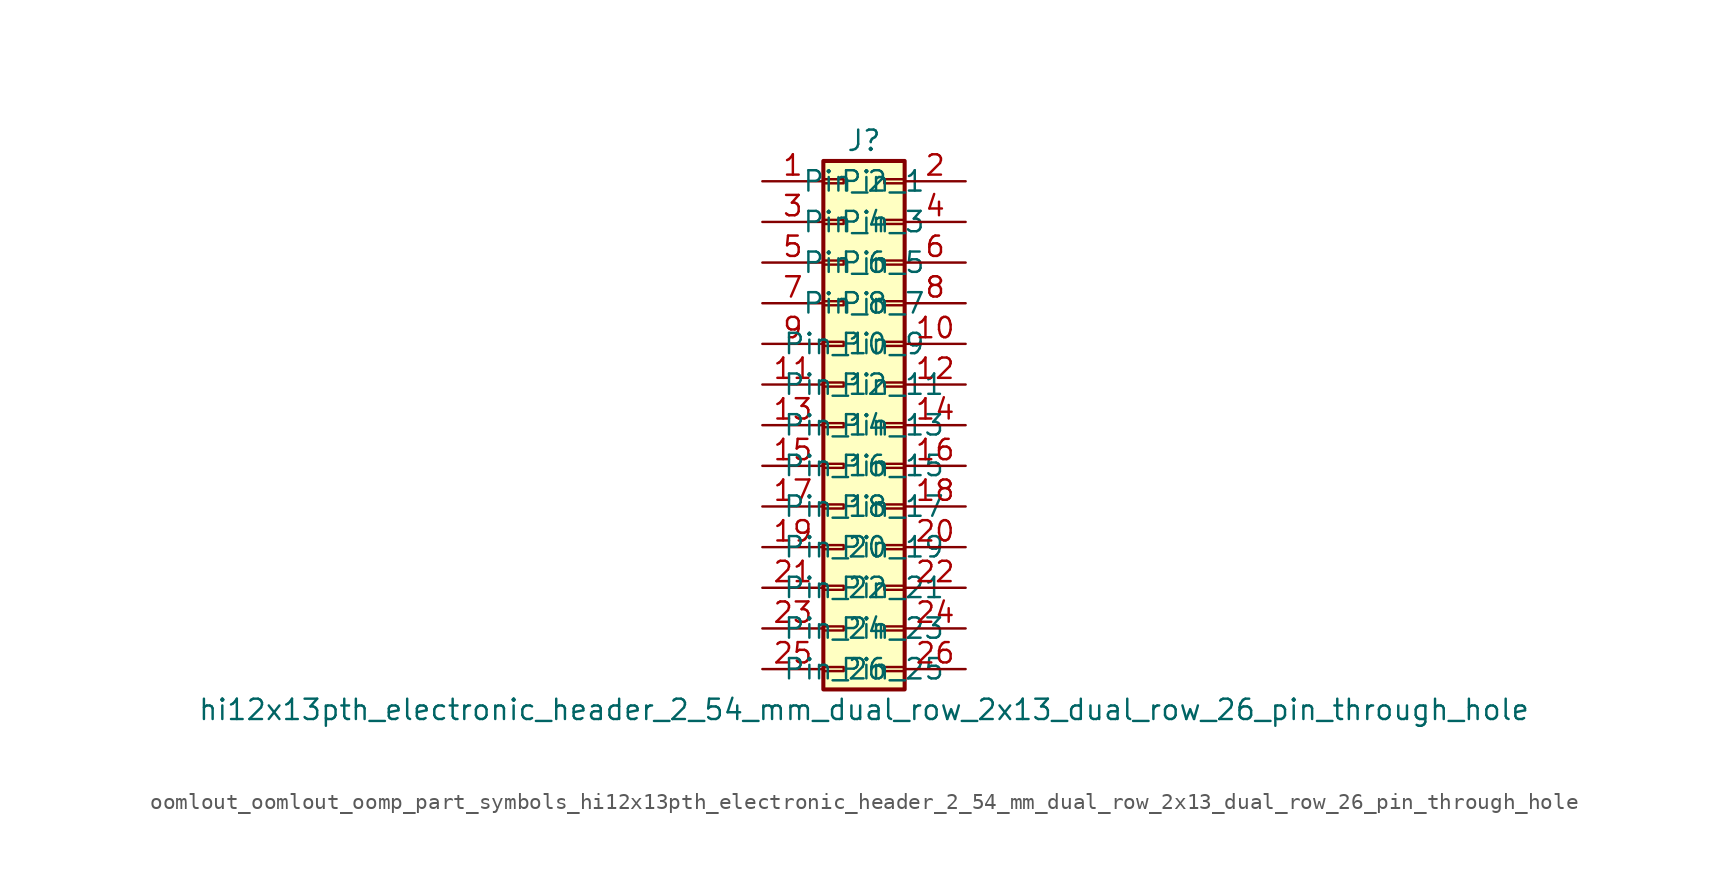
<source format=kicad_sym>
(kicad_symbol_lib
  (version 20220914)
  (generator kicad_symbol_editor)
  (symbol "oomlout_oomlout_oomp_part_symbols_hi12x13pth_electronic_header_2_54_mm_dual_row_2x13_dual_row_26_pin_through_hole"
    (pin_names
      (offset 1.016))
    (property "Reference" "J"
      (at 1.27 17.78 0)
      (effects (font (size 1.27 1.27))))
    (property "Value" "hi12x13pth_electronic_header_2_54_mm_dual_row_2x13_dual_row_26_pin_through_hole"
      (at 1.27 -17.78 0)
      (effects (font (size 1.27 1.27))))
    (symbol "oomlout_oomlout_oomp_part_symbols_hi12x13pth_electronic_header_2_54_mm_dual_row_2x13_dual_row_26_pin_through_hole_1_1"
      (rectangle (start -1.27 -15.113) (end 0 -15.367) (stroke (width 0.152) (type default)) (fill (type none)))
      (rectangle (start -1.27 -12.573) (end 0 -12.827) (stroke (width 0.152) (type default)) (fill (type none)))
      (rectangle (start -1.27 -10.033) (end 0 -10.287) (stroke (width 0.152) (type default)) (fill (type none)))
      (rectangle (start -1.27 -7.493) (end 0 -7.747) (stroke (width 0.152) (type default)) (fill (type none)))
      (rectangle (start -1.27 -4.953) (end 0 -5.207) (stroke (width 0.152) (type default)) (fill (type none)))
      (rectangle (start -1.27 -2.413) (end 0 -2.667) (stroke (width 0.152) (type default)) (fill (type none)))
      (rectangle (start -1.27 0.127) (end 0 -0.127) (stroke (width 0.152) (type default)) (fill (type none)))
      (rectangle (start -1.27 2.667) (end 0 2.413) (stroke (width 0.152) (type default)) (fill (type none)))
      (rectangle (start -1.27 5.207) (end 0 4.953) (stroke (width 0.152) (type default)) (fill (type none)))
      (rectangle (start -1.27 7.747) (end 0 7.493) (stroke (width 0.152) (type default)) (fill (type none)))
      (rectangle (start -1.27 10.287) (end 0 10.033) (stroke (width 0.152) (type default)) (fill (type none)))
      (rectangle (start -1.27 12.827) (end 0 12.573) (stroke (width 0.152) (type default)) (fill (type none)))
      (rectangle (start -1.27 15.367) (end 0 15.113) (stroke (width 0.152) (type default)) (fill (type none)))
      (rectangle (start -1.27 16.51) (end 3.81 -16.51) (stroke (width 0.254) (type default)) (fill (type background)))
      (rectangle (start 3.81 -15.113) (end 2.54 -15.367) (stroke (width 0.152) (type default)) (fill (type none)))
      (rectangle (start 3.81 -12.573) (end 2.54 -12.827) (stroke (width 0.152) (type default)) (fill (type none)))
      (rectangle (start 3.81 -10.033) (end 2.54 -10.287) (stroke (width 0.152) (type default)) (fill (type none)))
      (rectangle (start 3.81 -7.493) (end 2.54 -7.747) (stroke (width 0.152) (type default)) (fill (type none)))
      (rectangle (start 3.81 -4.953) (end 2.54 -5.207) (stroke (width 0.152) (type default)) (fill (type none)))
      (rectangle (start 3.81 -2.413) (end 2.54 -2.667) (stroke (width 0.152) (type default)) (fill (type none)))
      (rectangle (start 3.81 0.127) (end 2.54 -0.127) (stroke (width 0.152) (type default)) (fill (type none)))
      (rectangle (start 3.81 2.667) (end 2.54 2.413) (stroke (width 0.152) (type default)) (fill (type none)))
      (rectangle (start 3.81 5.207) (end 2.54 4.953) (stroke (width 0.152) (type default)) (fill (type none)))
      (rectangle (start 3.81 7.747) (end 2.54 7.493) (stroke (width 0.152) (type default)) (fill (type none)))
      (rectangle (start 3.81 10.287) (end 2.54 10.033) (stroke (width 0.152) (type default)) (fill (type none)))
      (rectangle (start 3.81 12.827) (end 2.54 12.573) (stroke (width 0.152) (type default)) (fill (type none)))
      (rectangle (start 3.81 15.367) (end 2.54 15.113) (stroke (width 0.152) (type default)) (fill (type none)))
      (pin passive line (at -5.08 15.24 0) (length 3.81) (name "Pin_1" (effects (font (size 1.27 1.27)))) (number "1" (effects (font (size 1.27 1.27)))))
      (pin passive line (at 7.62 5.08 180) (length 3.81) (name "Pin_10" (effects (font (size 1.27 1.27)))) (number "10" (effects (font (size 1.27 1.27)))))
      (pin passive line (at -5.08 2.54 0) (length 3.81) (name "Pin_11" (effects (font (size 1.27 1.27)))) (number "11" (effects (font (size 1.27 1.27)))))
      (pin passive line (at 7.62 2.54 180) (length 3.81) (name "Pin_12" (effects (font (size 1.27 1.27)))) (number "12" (effects (font (size 1.27 1.27)))))
      (pin passive line (at -5.08 0 0) (length 3.81) (name "Pin_13" (effects (font (size 1.27 1.27)))) (number "13" (effects (font (size 1.27 1.27)))))
      (pin passive line (at 7.62 0 180) (length 3.81) (name "Pin_14" (effects (font (size 1.27 1.27)))) (number "14" (effects (font (size 1.27 1.27)))))
      (pin passive line (at -5.08 -2.54 0) (length 3.81) (name "Pin_15" (effects (font (size 1.27 1.27)))) (number "15" (effects (font (size 1.27 1.27)))))
      (pin passive line (at 7.62 -2.54 180) (length 3.81) (name "Pin_16" (effects (font (size 1.27 1.27)))) (number "16" (effects (font (size 1.27 1.27)))))
      (pin passive line (at -5.08 -5.08 0) (length 3.81) (name "Pin_17" (effects (font (size 1.27 1.27)))) (number "17" (effects (font (size 1.27 1.27)))))
      (pin passive line (at 7.62 -5.08 180) (length 3.81) (name "Pin_18" (effects (font (size 1.27 1.27)))) (number "18" (effects (font (size 1.27 1.27)))))
      (pin passive line (at -5.08 -7.62 0) (length 3.81) (name "Pin_19" (effects (font (size 1.27 1.27)))) (number "19" (effects (font (size 1.27 1.27)))))
      (pin passive line (at 7.62 15.24 180) (length 3.81) (name "Pin_2" (effects (font (size 1.27 1.27)))) (number "2" (effects (font (size 1.27 1.27)))))
      (pin passive line (at 7.62 -7.62 180) (length 3.81) (name "Pin_20" (effects (font (size 1.27 1.27)))) (number "20" (effects (font (size 1.27 1.27)))))
      (pin passive line (at -5.08 -10.16 0) (length 3.81) (name "Pin_21" (effects (font (size 1.27 1.27)))) (number "21" (effects (font (size 1.27 1.27)))))
      (pin passive line (at 7.62 -10.16 180) (length 3.81) (name "Pin_22" (effects (font (size 1.27 1.27)))) (number "22" (effects (font (size 1.27 1.27)))))
      (pin passive line (at -5.08 -12.7 0) (length 3.81) (name "Pin_23" (effects (font (size 1.27 1.27)))) (number "23" (effects (font (size 1.27 1.27)))))
      (pin passive line (at 7.62 -12.7 180) (length 3.81) (name "Pin_24" (effects (font (size 1.27 1.27)))) (number "24" (effects (font (size 1.27 1.27)))))
      (pin passive line (at -5.08 -15.24 0) (length 3.81) (name "Pin_25" (effects (font (size 1.27 1.27)))) (number "25" (effects (font (size 1.27 1.27)))))
      (pin passive line (at 7.62 -15.24 180) (length 3.81) (name "Pin_26" (effects (font (size 1.27 1.27)))) (number "26" (effects (font (size 1.27 1.27)))))
      (pin passive line (at -5.08 12.7 0) (length 3.81) (name "Pin_3" (effects (font (size 1.27 1.27)))) (number "3" (effects (font (size 1.27 1.27)))))
      (pin passive line (at 7.62 12.7 180) (length 3.81) (name "Pin_4" (effects (font (size 1.27 1.27)))) (number "4" (effects (font (size 1.27 1.27)))))
      (pin passive line (at -5.08 10.16 0) (length 3.81) (name "Pin_5" (effects (font (size 1.27 1.27)))) (number "5" (effects (font (size 1.27 1.27)))))
      (pin passive line (at 7.62 10.16 180) (length 3.81) (name "Pin_6" (effects (font (size 1.27 1.27)))) (number "6" (effects (font (size 1.27 1.27)))))
      (pin passive line (at -5.08 7.62 0) (length 3.81) (name "Pin_7" (effects (font (size 1.27 1.27)))) (number "7" (effects (font (size 1.27 1.27)))))
      (pin passive line (at 7.62 7.62 180) (length 3.81) (name "Pin_8" (effects (font (size 1.27 1.27)))) (number "8" (effects (font (size 1.27 1.27)))))
      (pin passive line (at -5.08 5.08 0) (length 3.81) (name "Pin_9" (effects (font (size 1.27 1.27)))) (number "9" (effects (font (size 1.27 1.27))))))))
</source>
